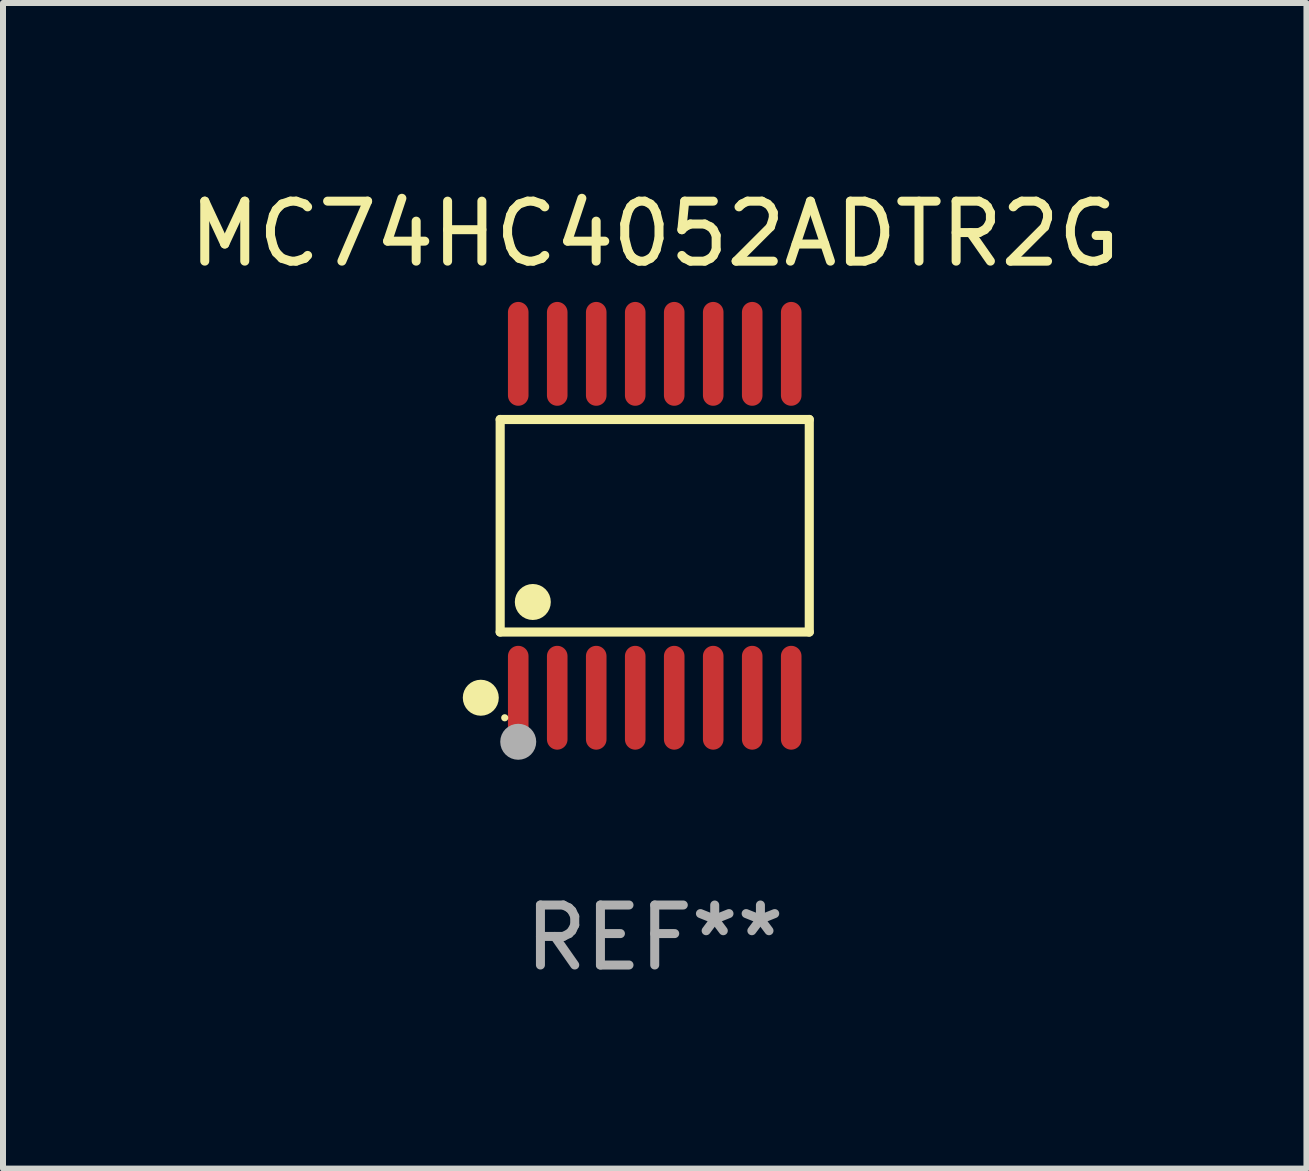
<source format=kicad_pcb>
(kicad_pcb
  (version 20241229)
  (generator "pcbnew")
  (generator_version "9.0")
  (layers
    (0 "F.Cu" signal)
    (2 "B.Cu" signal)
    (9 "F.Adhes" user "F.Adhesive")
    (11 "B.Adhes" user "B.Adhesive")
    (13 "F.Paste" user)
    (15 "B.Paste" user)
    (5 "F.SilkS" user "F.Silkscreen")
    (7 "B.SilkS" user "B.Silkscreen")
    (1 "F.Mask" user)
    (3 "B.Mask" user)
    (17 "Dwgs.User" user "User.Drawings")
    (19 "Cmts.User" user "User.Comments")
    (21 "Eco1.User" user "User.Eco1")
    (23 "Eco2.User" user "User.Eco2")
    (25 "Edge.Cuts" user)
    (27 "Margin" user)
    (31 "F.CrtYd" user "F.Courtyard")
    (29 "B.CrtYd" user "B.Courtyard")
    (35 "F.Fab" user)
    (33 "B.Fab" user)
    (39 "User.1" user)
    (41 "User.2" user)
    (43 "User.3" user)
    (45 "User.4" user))
  (footprint "MC74HC4052ADTR2G"
    (layer "F.Cu")
    (at 7.863 5.714)
    (property "Reference" "MC74HC4052ADTR2G" (at 0 -4.866 0) (layer "F.SilkS") (effects (font (size 1 1) (thickness 0.15))))
    (attr through_hole)
    (fp_line (start -2.576 -1.772) (end 2.576 -1.772) (stroke (width 0.152) (type solid)) (layer "F.SilkS"))
    (fp_line (start -2.576 1.771) (end -2.576 -1.772) (stroke (width 0.152) (type solid)) (layer "F.SilkS"))
    (fp_line (start 2.576 -1.772) (end 2.576 1.771) (stroke (width 0.152) (type solid)) (layer "F.SilkS"))
    (fp_line (start 2.576 1.771) (end -2.576 1.771) (stroke (width 0.152) (type solid)) (layer "F.SilkS"))
    (fp_circle (center -2.899 2.866) (end -2.749 2.866) (stroke (width 0.3) (type solid)) (fill no) (layer "F.SilkS"))
    (fp_circle (center -2.5 3.2) (end -2.47 3.2) (stroke (width 0.06) (type solid)) (fill no) (layer "F.SilkS"))
    (fp_circle (center -2.032 1.27) (end -1.882 1.27) (stroke (width 0.3) (type solid)) (fill no) (layer "F.SilkS"))
    (fp_circle (center -2.275 3.6) (end -2.125 3.6) (stroke (width 0.3) (type solid)) (fill no) (layer "F.Fab"))
    (fp_text user "REF**" (at 0 6.866 0) (layer "F.Fab") (effects (font (size 1 1) (thickness 0.15))))
    (pad "1" smd oval (at -2.275 2.866) (size 0.343 1.731) (layers "F.Cu" "F.Mask" "F.Paste"))
    (pad "2" smd oval (at -1.625 2.866) (size 0.343 1.731) (layers "F.Cu" "F.Mask" "F.Paste"))
    (pad "3" smd oval (at -0.975 2.866) (size 0.343 1.731) (layers "F.Cu" "F.Mask" "F.Paste"))
    (pad "4" smd oval (at -0.325 2.866) (size 0.343 1.731) (layers "F.Cu" "F.Mask" "F.Paste"))
    (pad "5" smd oval (at 0.325 2.866) (size 0.343 1.731) (layers "F.Cu" "F.Mask" "F.Paste"))
    (pad "6" smd oval (at 0.975 2.866) (size 0.343 1.731) (layers "F.Cu" "F.Mask" "F.Paste"))
    (pad "7" smd oval (at 1.625 2.866) (size 0.343 1.731) (layers "F.Cu" "F.Mask" "F.Paste"))
    (pad "8" smd oval (at 2.275 2.866) (size 0.343 1.731) (layers "F.Cu" "F.Mask" "F.Paste"))
    (pad "9" smd oval (at 2.275 -2.866) (size 0.343 1.731) (layers "F.Cu" "F.Mask" "F.Paste"))
    (pad "10" smd oval (at 1.625 -2.866) (size 0.343 1.731) (layers "F.Cu" "F.Mask" "F.Paste"))
    (pad "11" smd oval (at 0.975 -2.866) (size 0.343 1.731) (layers "F.Cu" "F.Mask" "F.Paste"))
    (pad "12" smd oval (at 0.325 -2.866) (size 0.343 1.731) (layers "F.Cu" "F.Mask" "F.Paste"))
    (pad "13" smd oval (at -0.325 -2.866) (size 0.343 1.731) (layers "F.Cu" "F.Mask" "F.Paste"))
    (pad "14" smd oval (at -0.975 -2.866) (size 0.343 1.731) (layers "F.Cu" "F.Mask" "F.Paste"))
    (pad "15" smd oval (at -1.625 -2.866) (size 0.343 1.731) (layers "F.Cu" "F.Mask" "F.Paste"))
    (pad "16" smd oval (at -2.275 -2.866) (size 0.343 1.731) (layers "F.Cu" "F.Mask" "F.Paste")))
  (gr_rect
    (start -3 -3)
    (end 18.726 16.428)
    (stroke (width 0.1) (type default))
    (fill no)
    (layer "Edge.Cuts")))
</source>
